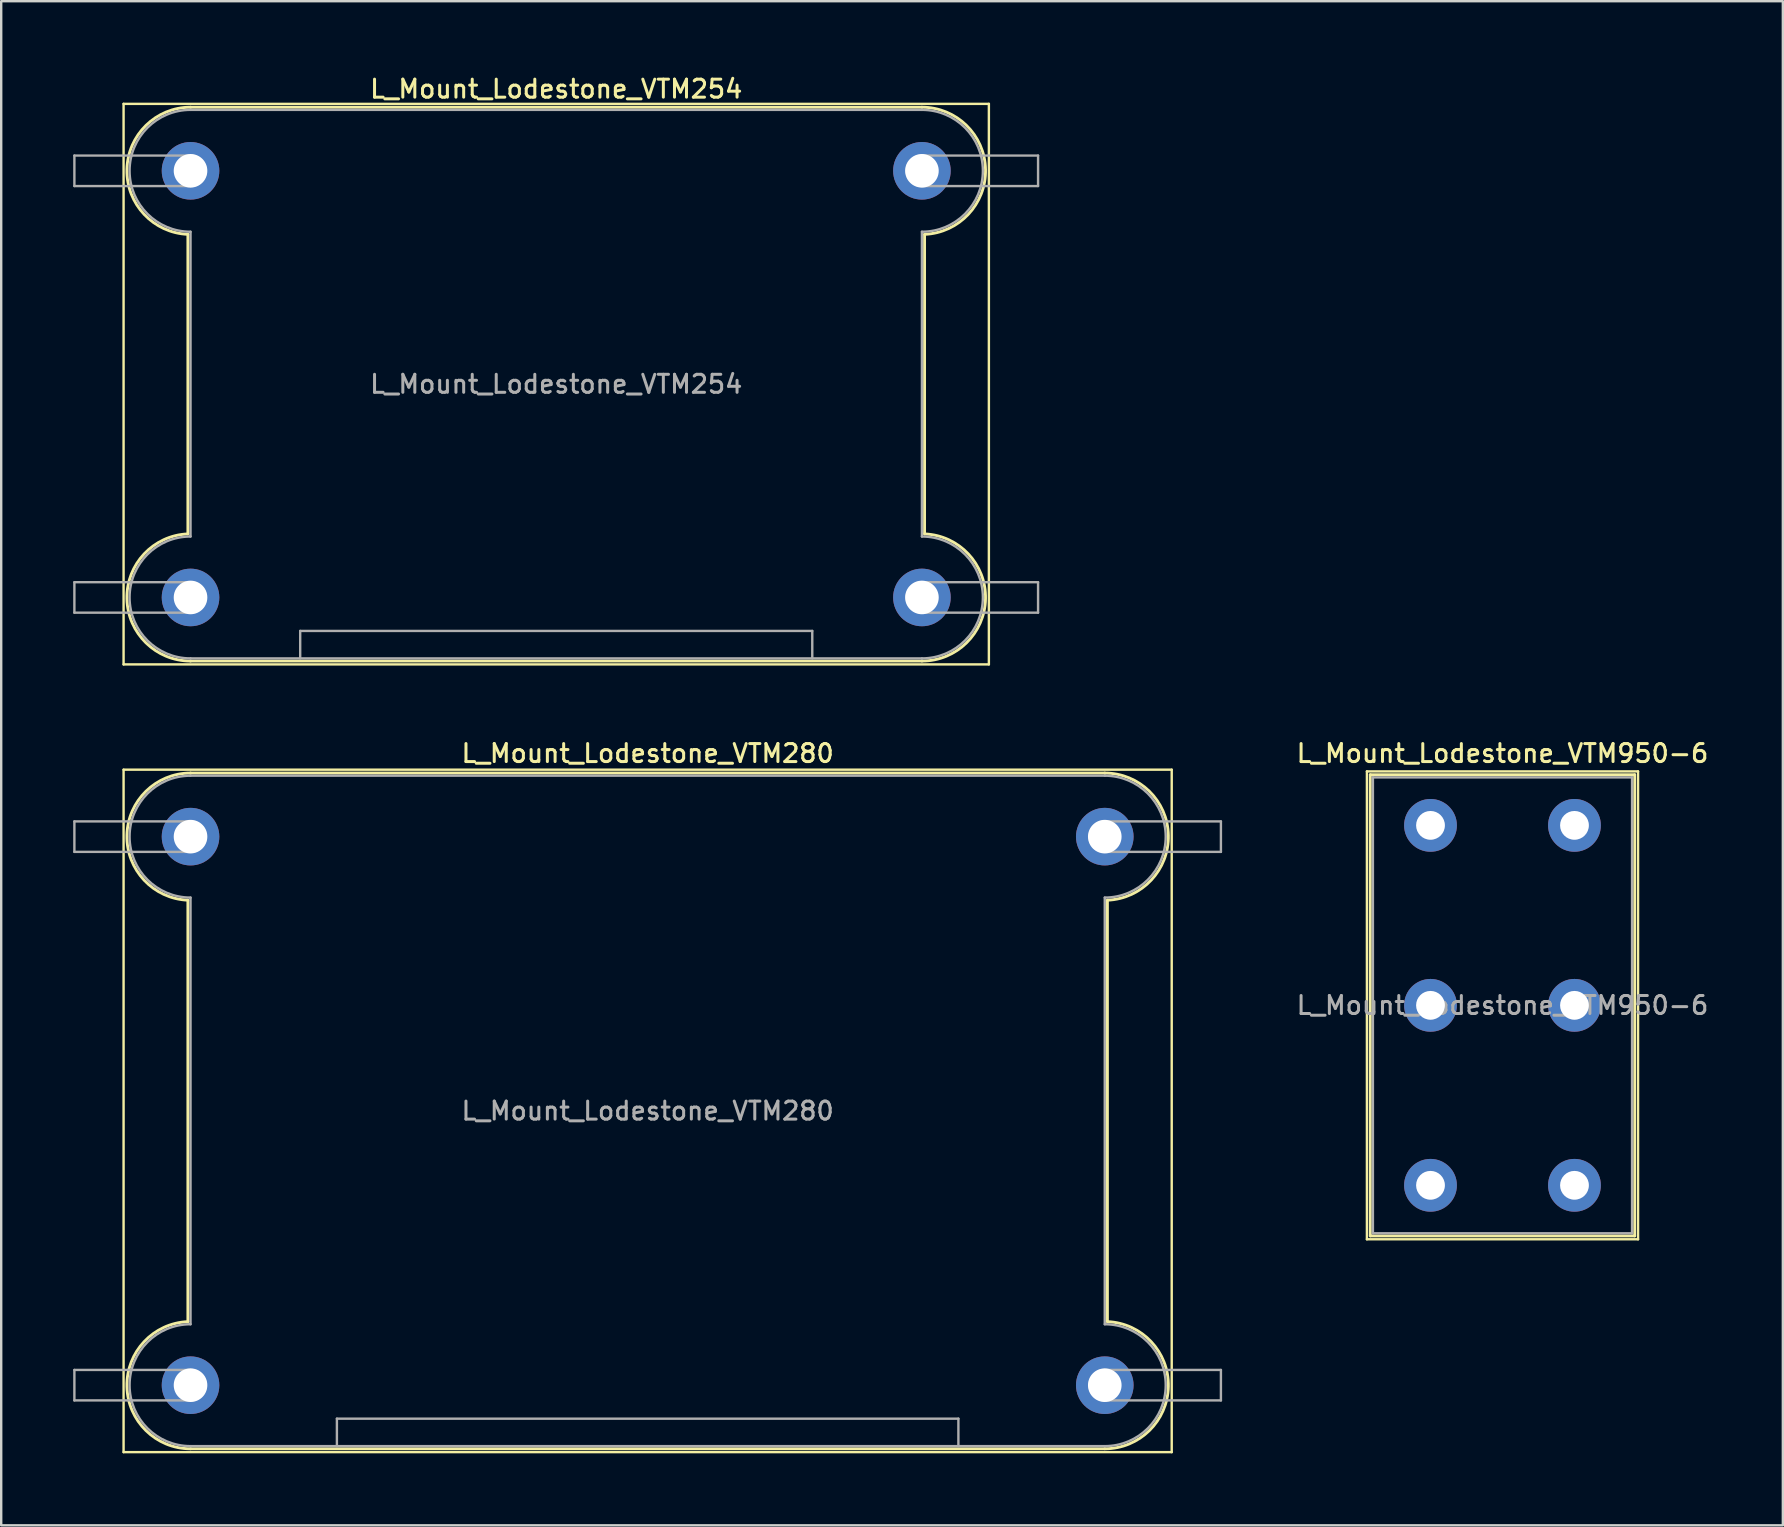
<source format=kicad_pcb>
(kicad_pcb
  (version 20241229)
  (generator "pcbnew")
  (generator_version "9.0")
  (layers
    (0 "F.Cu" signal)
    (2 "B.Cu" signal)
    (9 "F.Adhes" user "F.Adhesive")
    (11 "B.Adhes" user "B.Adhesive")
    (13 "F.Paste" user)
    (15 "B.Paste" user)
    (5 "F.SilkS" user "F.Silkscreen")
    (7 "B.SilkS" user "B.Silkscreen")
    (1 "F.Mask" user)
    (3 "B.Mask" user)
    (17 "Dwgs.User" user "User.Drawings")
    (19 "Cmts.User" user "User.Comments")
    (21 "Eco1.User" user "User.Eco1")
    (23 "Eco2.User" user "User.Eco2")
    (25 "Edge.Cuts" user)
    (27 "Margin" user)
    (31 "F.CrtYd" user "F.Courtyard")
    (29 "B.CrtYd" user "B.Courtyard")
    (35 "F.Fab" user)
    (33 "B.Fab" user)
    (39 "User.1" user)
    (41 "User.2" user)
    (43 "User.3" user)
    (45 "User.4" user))
  (footprint "L_Mount_Lodestone_VTM254"
    (layer "F.Cu")
    (at 4.89 21.848)
    (property "Reference" "L_Mount_Lodestone_VTM254" (at 15.24 -21.19 0) (layer "F.SilkS") (effects (font (size 0.75 0.75) (thickness 0.125))))
    (attr through_hole)
    (fp_line (start -2.79 -20.57) (end 33.27 -20.57) (stroke (width 0.1) (type solid)) (layer "F.SilkS"))
    (fp_line (start -2.79 2.79) (end -2.79 -20.57) (stroke (width 0.1) (type solid)) (layer "F.SilkS"))
    (fp_line (start -2.79 2.79) (end 33.27 2.79) (stroke (width 0.1) (type solid)) (layer "F.SilkS"))
    (fp_line (start -0.11 -2.65) (end -0.11 -15.13) (stroke (width 0.12) (type solid)) (layer "F.SilkS"))
    (fp_line (start 0 -20.43) (end 30.48 -20.43) (stroke (width 0.12) (type solid)) (layer "F.SilkS"))
    (fp_line (start 0 2.65) (end 30.48 2.65) (stroke (width 0.12) (type solid)) (layer "F.SilkS"))
    (fp_line (start 30.59 -2.65) (end 30.59 -15.13) (stroke (width 0.12) (type solid)) (layer "F.SilkS"))
    (fp_line (start 33.27 2.79) (end 33.27 -20.57) (stroke (width 0.1) (type solid)) (layer "F.SilkS"))
    (fp_arc (start -0.11097 -15.132325) (mid -2.649418 -17.835497) (end 0 -20.43) (stroke (width 0.12) (type solid)) (layer "F.SilkS"))
    (fp_arc (start 0 2.65) (mid -2.649419 0.055497) (end -0.11097 -2.647675) (stroke (width 0.12) (type solid)) (layer "F.SilkS"))
    (fp_arc (start 30.48 -20.43) (mid 33.129419 -17.835497) (end 30.59097 -15.132325) (stroke (width 0.12) (type solid)) (layer "F.SilkS"))
    (fp_arc (start 30.59097 -2.647675) (mid 33.129418 0.055497) (end 30.48 2.65) (stroke (width 0.12) (type solid)) (layer "F.SilkS"))
    (fp_line (start -4.84 -18.415) (end 0 -18.415) (stroke (width 0.1) (type solid)) (layer "F.Fab"))
    (fp_line (start -4.84 -17.145) (end -4.84 -18.415) (stroke (width 0.1) (type solid)) (layer "F.Fab"))
    (fp_line (start -4.84 -0.635) (end 0 -0.635) (stroke (width 0.1) (type solid)) (layer "F.Fab"))
    (fp_line (start -4.84 0.635) (end -4.84 -0.635) (stroke (width 0.1) (type solid)) (layer "F.Fab"))
    (fp_line (start 0 -20.32) (end 30.48 -20.32) (stroke (width 0.1) (type solid)) (layer "F.Fab"))
    (fp_line (start 0 -17.145) (end -4.84 -17.145) (stroke (width 0.1) (type solid)) (layer "F.Fab"))
    (fp_line (start 0 -2.54) (end 0 -15.24) (stroke (width 0.1) (type solid)) (layer "F.Fab"))
    (fp_line (start 0 0.635) (end -4.84 0.635) (stroke (width 0.1) (type solid)) (layer "F.Fab"))
    (fp_line (start 0 2.54) (end 30.48 2.54) (stroke (width 0.1) (type solid)) (layer "F.Fab"))
    (fp_line (start 4.57 1.395) (end 4.57 2.54) (stroke (width 0.1) (type solid)) (layer "F.Fab"))
    (fp_line (start 4.57 1.395) (end 25.91 1.395) (stroke (width 0.1) (type solid)) (layer "F.Fab"))
    (fp_line (start 25.91 1.395) (end 25.91 2.54) (stroke (width 0.1) (type solid)) (layer "F.Fab"))
    (fp_line (start 30.48 -18.415) (end 35.32 -18.415) (stroke (width 0.1) (type solid)) (layer "F.Fab"))
    (fp_line (start 30.48 -2.54) (end 30.48 -15.24) (stroke (width 0.1) (type solid)) (layer "F.Fab"))
    (fp_line (start 30.48 -0.635) (end 35.32 -0.635) (stroke (width 0.1) (type solid)) (layer "F.Fab"))
    (fp_line (start 35.32 -18.415) (end 35.32 -17.145) (stroke (width 0.1) (type solid)) (layer "F.Fab"))
    (fp_line (start 35.32 -17.145) (end 30.48 -17.145) (stroke (width 0.1) (type solid)) (layer "F.Fab"))
    (fp_line (start 35.32 -0.635) (end 35.32 0.635) (stroke (width 0.1) (type solid)) (layer "F.Fab"))
    (fp_line (start 35.32 0.635) (end 30.48 0.635) (stroke (width 0.1) (type solid)) (layer "F.Fab"))
    (fp_arc (start 0 -18.415) (mid 0.635 -17.78) (end 0 -17.145) (stroke (width 0.1) (type solid)) (layer "F.Fab"))
    (fp_arc (start 0 -15.24) (mid -2.54 -17.78) (end 0 -20.32) (stroke (width 0.1) (type solid)) (layer "F.Fab"))
    (fp_arc (start 0 -0.635) (mid 0.635 0) (end 0 0.635) (stroke (width 0.1) (type solid)) (layer "F.Fab"))
    (fp_arc (start 0 2.54) (mid -2.54 0) (end 0 -2.54) (stroke (width 0.1) (type solid)) (layer "F.Fab"))
    (fp_arc (start 30.48 -20.32) (mid 33.02 -17.78) (end 30.48 -15.24) (stroke (width 0.1) (type solid)) (layer "F.Fab"))
    (fp_arc (start 30.48 -17.145) (mid 29.845 -17.78) (end 30.48 -18.415) (stroke (width 0.1) (type solid)) (layer "F.Fab"))
    (fp_arc (start 30.48 -2.54) (mid 33.02 0) (end 30.48 2.54) (stroke (width 0.1) (type solid)) (layer "F.Fab"))
    (fp_arc (start 30.48 0.635) (mid 29.845 0) (end 30.48 -0.635) (stroke (width 0.1) (type solid)) (layer "F.Fab"))
    (fp_text user "${REFERENCE}" (at 15.24 -8.89 0) (layer "F.Fab") (effects (font (size 0.75 0.75) (thickness 0.125))))
    (pad "1" thru_hole circle (at 0 0) (size 2.4 2.4) (drill 1.4) (layers "*.Cu" "*.Mask"))
    (pad "2" thru_hole circle (at 30.48 -17.78) (size 2.4 2.4) (drill 1.4) (layers "*.Cu" "*.Mask"))
    (pad "3" thru_hole circle (at 0 -17.78) (size 2.4 2.4) (drill 1.4) (layers "*.Cu" "*.Mask"))
    (pad "4" thru_hole circle (at 30.48 0) (size 2.4 2.4) (drill 1.4) (layers "*.Cu" "*.Mask")))
  (footprint "L_Mount_Lodestone_VTM280"
    (layer "F.Cu")
    (at 4.89 54.676)
    (property "Reference" "L_Mount_Lodestone_VTM280" (at 19.05 -26.33 0) (layer "F.SilkS") (effects (font (size 0.75 0.75) (thickness 0.125))))
    (attr through_hole)
    (fp_line (start -2.79 -25.65) (end 40.89 -25.65) (stroke (width 0.1) (type solid)) (layer "F.SilkS"))
    (fp_line (start -2.79 2.79) (end -2.79 -25.65) (stroke (width 0.1) (type solid)) (layer "F.SilkS"))
    (fp_line (start -2.79 2.79) (end 40.89 2.79) (stroke (width 0.1) (type solid)) (layer "F.SilkS"))
    (fp_line (start -0.11 -2.65) (end -0.11 -20.21) (stroke (width 0.12) (type solid)) (layer "F.SilkS"))
    (fp_line (start 0 -25.51) (end 38.1 -25.51) (stroke (width 0.12) (type solid)) (layer "F.SilkS"))
    (fp_line (start 0 2.65) (end 38.1 2.65) (stroke (width 0.12) (type solid)) (layer "F.SilkS"))
    (fp_line (start 38.21 -2.65) (end 38.21 -20.21) (stroke (width 0.12) (type solid)) (layer "F.SilkS"))
    (fp_line (start 40.89 2.79) (end 40.89 -25.65) (stroke (width 0.1) (type solid)) (layer "F.SilkS"))
    (fp_arc (start -0.11097 -20.212325) (mid -2.649418 -22.915497) (end 0 -25.51) (stroke (width 0.12) (type solid)) (layer "F.SilkS"))
    (fp_arc (start 0 2.65) (mid -2.649419 0.055497) (end -0.11097 -2.647675) (stroke (width 0.12) (type solid)) (layer "F.SilkS"))
    (fp_arc (start 38.1 -25.51) (mid 40.749419 -22.915497) (end 38.21097 -20.212325) (stroke (width 0.12) (type solid)) (layer "F.SilkS"))
    (fp_arc (start 38.21097 -2.647675) (mid 40.749418 0.055497) (end 38.1 2.65) (stroke (width 0.12) (type solid)) (layer "F.SilkS"))
    (fp_line (start -4.84 -23.495) (end 0 -23.495) (stroke (width 0.1) (type solid)) (layer "F.Fab"))
    (fp_line (start -4.84 -22.225) (end -4.84 -23.495) (stroke (width 0.1) (type solid)) (layer "F.Fab"))
    (fp_line (start -4.84 -0.635) (end 0 -0.635) (stroke (width 0.1) (type solid)) (layer "F.Fab"))
    (fp_line (start -4.84 0.635) (end -4.84 -0.635) (stroke (width 0.1) (type solid)) (layer "F.Fab"))
    (fp_line (start 0 -25.4) (end 38.1 -25.4) (stroke (width 0.1) (type solid)) (layer "F.Fab"))
    (fp_line (start 0 -22.225) (end -4.84 -22.225) (stroke (width 0.1) (type solid)) (layer "F.Fab"))
    (fp_line (start 0 -2.54) (end 0 -20.32) (stroke (width 0.1) (type solid)) (layer "F.Fab"))
    (fp_line (start 0 0.635) (end -4.84 0.635) (stroke (width 0.1) (type solid)) (layer "F.Fab"))
    (fp_line (start 0 2.54) (end 38.1 2.54) (stroke (width 0.1) (type solid)) (layer "F.Fab"))
    (fp_line (start 6.1 1.395) (end 6.1 2.54) (stroke (width 0.1) (type solid)) (layer "F.Fab"))
    (fp_line (start 6.1 1.395) (end 32 1.395) (stroke (width 0.1) (type solid)) (layer "F.Fab"))
    (fp_line (start 32 1.395) (end 32 2.54) (stroke (width 0.1) (type solid)) (layer "F.Fab"))
    (fp_line (start 38.1 -23.495) (end 42.94 -23.495) (stroke (width 0.1) (type solid)) (layer "F.Fab"))
    (fp_line (start 38.1 -2.54) (end 38.1 -20.32) (stroke (width 0.1) (type solid)) (layer "F.Fab"))
    (fp_line (start 38.1 -0.635) (end 42.94 -0.635) (stroke (width 0.1) (type solid)) (layer "F.Fab"))
    (fp_line (start 42.94 -23.495) (end 42.94 -22.225) (stroke (width 0.1) (type solid)) (layer "F.Fab"))
    (fp_line (start 42.94 -22.225) (end 38.1 -22.225) (stroke (width 0.1) (type solid)) (layer "F.Fab"))
    (fp_line (start 42.94 -0.635) (end 42.94 0.635) (stroke (width 0.1) (type solid)) (layer "F.Fab"))
    (fp_line (start 42.94 0.635) (end 38.1 0.635) (stroke (width 0.1) (type solid)) (layer "F.Fab"))
    (fp_arc (start 0 -23.495) (mid 0.635 -22.86) (end 0 -22.225) (stroke (width 0.1) (type solid)) (layer "F.Fab"))
    (fp_arc (start 0 -20.32) (mid -2.54 -22.86) (end 0 -25.4) (stroke (width 0.1) (type solid)) (layer "F.Fab"))
    (fp_arc (start 0 -0.635) (mid 0.635 0) (end 0 0.635) (stroke (width 0.1) (type solid)) (layer "F.Fab"))
    (fp_arc (start 0 2.54) (mid -2.54 0) (end 0 -2.54) (stroke (width 0.1) (type solid)) (layer "F.Fab"))
    (fp_arc (start 38.1 -25.4) (mid 40.64 -22.86) (end 38.1 -20.32) (stroke (width 0.1) (type solid)) (layer "F.Fab"))
    (fp_arc (start 38.1 -22.225) (mid 37.465 -22.86) (end 38.1 -23.495) (stroke (width 0.1) (type solid)) (layer "F.Fab"))
    (fp_arc (start 38.1 -2.54) (mid 40.64 0) (end 38.1 2.54) (stroke (width 0.1) (type solid)) (layer "F.Fab"))
    (fp_arc (start 38.1 0.635) (mid 37.465 0) (end 38.1 -0.635) (stroke (width 0.1) (type solid)) (layer "F.Fab"))
    (fp_text user "${REFERENCE}" (at 19.05 -11.43 0) (layer "F.Fab") (effects (font (size 0.75 0.75) (thickness 0.125))))
    (pad "1" thru_hole circle (at 0 0) (size 2.4 2.4) (drill 1.4) (layers "*.Cu" "*.Mask"))
    (pad "2" thru_hole circle (at 38.1 -22.86) (size 2.4 2.4) (drill 1.4) (layers "*.Cu" "*.Mask"))
    (pad "3" thru_hole circle (at 0 -22.86) (size 2.4 2.4) (drill 1.4) (layers "*.Cu" "*.Mask"))
    (pad "4" thru_hole circle (at 38.1 0) (size 2.4 2.4) (drill 1.4) (layers "*.Cu" "*.Mask")))
  (footprint "L_Mount_Lodestone_VTM950-6"
    (layer "F.Cu")
    (at 56.564 31.346)
    (property "Reference" "L_Mount_Lodestone_VTM950-6" (at 3 -3 0) (layer "F.SilkS") (effects (font (size 0.75 0.75) (thickness 0.125))))
    (attr through_hole)
    (fp_line (start -2.65 -2.25) (end -2.65 17.25) (stroke (width 0.1) (type solid)) (layer "F.SilkS"))
    (fp_line (start -2.65 -2.25) (end 8.65 -2.25) (stroke (width 0.1) (type solid)) (layer "F.SilkS"))
    (fp_line (start -2.65 17.25) (end 8.65 17.25) (stroke (width 0.1) (type solid)) (layer "F.SilkS"))
    (fp_line (start -2.51 -2.11) (end -2.51 17.11) (stroke (width 0.12) (type solid)) (layer "F.SilkS"))
    (fp_line (start -2.51 -2.11) (end 8.51 -2.11) (stroke (width 0.12) (type solid)) (layer "F.SilkS"))
    (fp_line (start -2.51 17.11) (end 8.51 17.11) (stroke (width 0.12) (type solid)) (layer "F.SilkS"))
    (fp_line (start 8.51 -2.11) (end 8.51 17.11) (stroke (width 0.12) (type solid)) (layer "F.SilkS"))
    (fp_line (start 8.65 -2.25) (end 8.65 17.25) (stroke (width 0.1) (type solid)) (layer "F.SilkS"))
    (fp_line (start -2.4 -2) (end -2.4 17) (stroke (width 0.1) (type solid)) (layer "F.Fab"))
    (fp_line (start -2.4 -2) (end 8.4 -2) (stroke (width 0.1) (type solid)) (layer "F.Fab"))
    (fp_line (start -2.4 17) (end 8.4 17) (stroke (width 0.1) (type solid)) (layer "F.Fab"))
    (fp_line (start 8.4 -2) (end 8.4 17) (stroke (width 0.1) (type solid)) (layer "F.Fab"))
    (fp_text user "${REFERENCE}" (at 3 7.5 0) (layer "F.Fab") (effects (font (size 0.75 0.75) (thickness 0.125))))
    (pad "1" thru_hole circle (at 0 0) (size 2.2 2.2) (drill 1.2) (layers "*.Cu" "*.Mask"))
    (pad "2" thru_hole circle (at 6 15) (size 2.2 2.2) (drill 1.2) (layers "*.Cu" "*.Mask"))
    (pad "3" thru_hole circle (at 0 15) (size 2.2 2.2) (drill 1.2) (layers "*.Cu" "*.Mask"))
    (pad "4" thru_hole circle (at 6 0) (size 2.2 2.2) (drill 1.2) (layers "*.Cu" "*.Mask"))
    (pad "5" thru_hole circle (at 0 7.5) (size 2.2 2.2) (drill 1.2) (layers "*.Cu" "*.Mask"))
    (pad "6" thru_hole circle (at 6 7.5) (size 2.2 2.2) (drill 1.2) (layers "*.Cu" "*.Mask")))
  (gr_rect
    (start -3 -3)
    (end 71.248 60.516)
    (stroke (width 0.1) (type default))
    (fill no)
    (layer "Edge.Cuts")))
</source>
